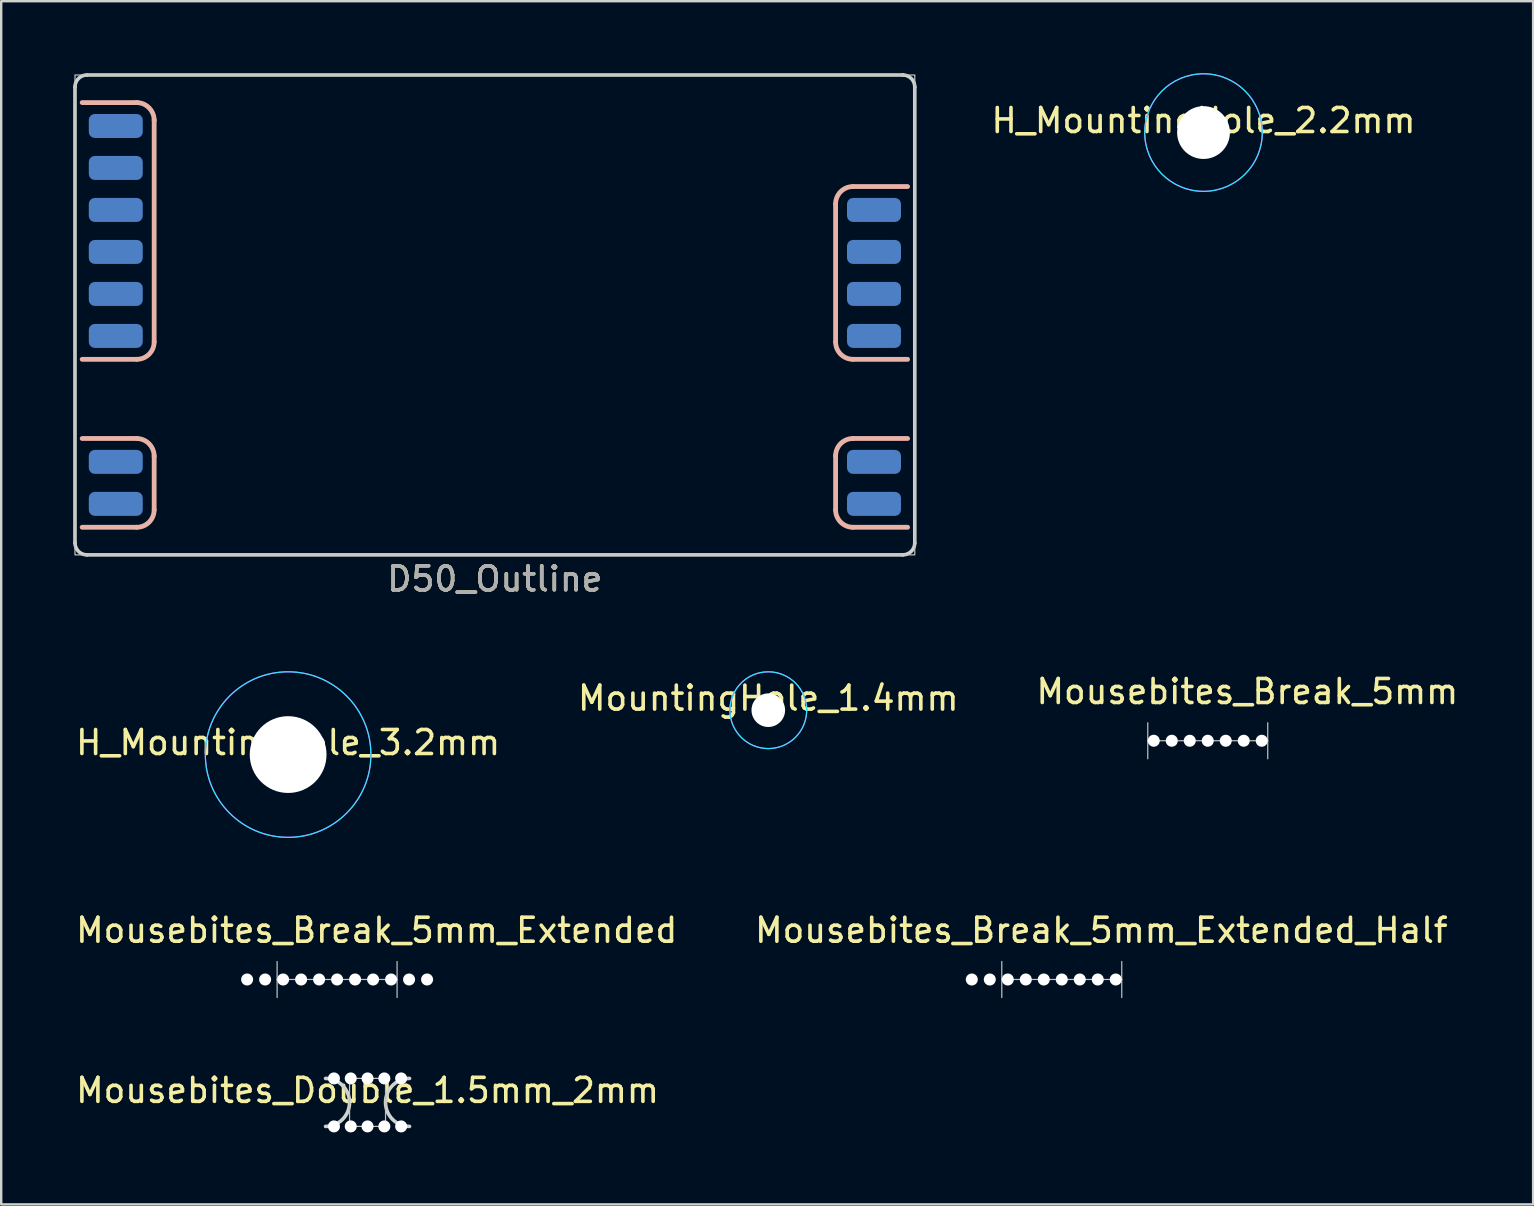
<source format=kicad_pcb>
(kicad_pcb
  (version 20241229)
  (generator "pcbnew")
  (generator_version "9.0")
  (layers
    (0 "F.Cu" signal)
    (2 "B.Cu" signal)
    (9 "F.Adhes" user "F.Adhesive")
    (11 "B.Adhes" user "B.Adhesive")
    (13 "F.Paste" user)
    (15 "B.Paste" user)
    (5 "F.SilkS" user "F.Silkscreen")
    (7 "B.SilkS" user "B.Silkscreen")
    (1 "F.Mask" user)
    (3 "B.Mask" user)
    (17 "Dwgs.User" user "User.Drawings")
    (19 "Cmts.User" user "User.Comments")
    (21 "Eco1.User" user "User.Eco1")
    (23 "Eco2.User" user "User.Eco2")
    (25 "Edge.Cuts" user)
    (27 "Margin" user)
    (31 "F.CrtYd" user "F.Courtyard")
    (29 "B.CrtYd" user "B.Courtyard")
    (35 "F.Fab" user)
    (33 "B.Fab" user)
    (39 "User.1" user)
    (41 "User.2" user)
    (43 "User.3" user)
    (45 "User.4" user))
  (footprint "D50_Outline"
    (layer "F.Cu")
    (at 17.575 10.075)
    (property "Reference" "D50_Outline" (at 0 11 0) (unlocked yes) (layer "F.SilkS") (effects (font (size 1 1) (thickness 0.15))))
    (attr smd)
    (fp_line (start -14.925 -8.85) (end -17.2 -8.85) (stroke (width 0.2) (type solid)) (layer "B.SilkS"))
    (fp_line (start -14.925 1.85) (end -17.2 1.85) (stroke (width 0.2) (type solid)) (layer "B.SilkS"))
    (fp_line (start -14.925 5.15) (end -17.2 5.15) (stroke (width 0.2) (type solid)) (layer "B.SilkS"))
    (fp_line (start -14.925 8.85) (end -17.2 8.85) (stroke (width 0.2) (type solid)) (layer "B.SilkS"))
    (fp_line (start -14.2 -8.125) (end -14.2 1.125) (stroke (width 0.2) (type solid)) (layer "B.SilkS"))
    (fp_line (start -14.2 5.875) (end -14.2 8.125) (stroke (width 0.2) (type solid)) (layer "B.SilkS"))
    (fp_line (start 14.2 1.125) (end 14.2 -4.625) (stroke (width 0.2) (type solid)) (layer "B.SilkS"))
    (fp_line (start 14.2 8.125) (end 14.2 5.875) (stroke (width 0.2) (type solid)) (layer "B.SilkS"))
    (fp_line (start 14.925 -5.35) (end 17.2 -5.35) (stroke (width 0.2) (type solid)) (layer "B.SilkS"))
    (fp_line (start 14.925 1.85) (end 17.2 1.85) (stroke (width 0.2) (type solid)) (layer "B.SilkS"))
    (fp_line (start 14.925 5.15) (end 17.2 5.15) (stroke (width 0.2) (type solid)) (layer "B.SilkS"))
    (fp_line (start 14.925 8.85) (end 17.2 8.85) (stroke (width 0.2) (type solid)) (layer "B.SilkS"))
    (fp_arc (start -14.925 -8.85) (mid -14.40717 -8.625152) (end -14.2 -8.1) (stroke (width 0.2) (type solid)) (layer "B.SilkS"))
    (fp_arc (start -14.925 5.15) (mid -14.40717 5.374848) (end -14.2 5.9) (stroke (width 0.2) (type solid)) (layer "B.SilkS"))
    (fp_arc (start -14.2 1.125) (mid -14.412348 1.637652) (end -14.925 1.85) (stroke (width 0.2) (type solid)) (layer "B.SilkS"))
    (fp_arc (start -14.2 8.125) (mid -14.412348 8.637652) (end -14.925 8.85) (stroke (width 0.2) (type solid)) (layer "B.SilkS"))
    (fp_arc (start 14.2 -4.625) (mid 14.412348 -5.137652) (end 14.925 -5.35) (stroke (width 0.2) (type solid)) (layer "B.SilkS"))
    (fp_arc (start 14.2 5.875) (mid 14.412348 5.362348) (end 14.925 5.15) (stroke (width 0.2) (type solid)) (layer "B.SilkS"))
    (fp_arc (start 14.925 1.85) (mid 14.412348 1.637652) (end 14.2 1.125) (stroke (width 0.2) (type solid)) (layer "B.SilkS"))
    (fp_arc (start 14.925 8.85) (mid 14.412348 8.637652) (end 14.2 8.125) (stroke (width 0.2) (type solid)) (layer "B.SilkS"))
    (fp_rect (start -17.5 -10) (end 17.5 10) (stroke (width 0.05) (type solid)) (fill no) (layer "Dwgs.User"))
    (fp_line (start -17.5 -9.5) (end -17.5 9.5) (stroke (width 0.15) (type solid)) (layer "Edge.Cuts"))
    (fp_line (start -17 10) (end 17 10) (stroke (width 0.15) (type solid)) (layer "Edge.Cuts"))
    (fp_line (start 17 -10) (end -17 -10) (stroke (width 0.15) (type solid)) (layer "Edge.Cuts"))
    (fp_line (start 17.5 9.5) (end 17.5 -9.5) (stroke (width 0.15) (type solid)) (layer "Edge.Cuts"))
    (fp_arc (start -17.5 -9.5) (mid -17.353553 -9.853553) (end -17 -10) (stroke (width 0.15) (type solid)) (layer "Edge.Cuts"))
    (fp_arc (start -17 10) (mid -17.353553 9.853553) (end -17.5 9.5) (stroke (width 0.15) (type solid)) (layer "Edge.Cuts"))
    (fp_arc (start 17 -10) (mid 17.353553 -9.853553) (end 17.5 -9.5) (stroke (width 0.15) (type solid)) (layer "Edge.Cuts"))
    (fp_arc (start 17.5 9.5) (mid 17.353553 9.853553) (end 17 10) (stroke (width 0.15) (type solid)) (layer "Edge.Cuts"))
    (fp_text user "${REFERENCE}" (at 0 11 0) (unlocked yes) (layer "F.Fab") (effects (font (size 1 1) (thickness 0.15))))
    (pad "1" smd roundrect (at -15.8 7.875) (size 2.25 1) (layers "B.Cu" "B.Mask") (roundrect_rratio 0.25))
    (pad "1" smd roundrect (at 15.8 7.875) (size 2.25 1) (layers "B.Cu" "B.Mask") (roundrect_rratio 0.25))
    (pad "2" smd roundrect (at -15.8 6.125) (size 2.25 1) (layers "B.Cu" "B.Mask") (roundrect_rratio 0.25))
    (pad "2" smd roundrect (at 15.8 6.125) (size 2.25 1) (layers "B.Cu" "B.Mask") (roundrect_rratio 0.25))
    (pad "3" smd roundrect (at -15.8 0.875) (size 2.25 1) (layers "B.Cu" "B.Mask") (roundrect_rratio 0.25))
    (pad "4" smd roundrect (at -15.8 -0.875) (size 2.25 1) (layers "B.Cu" "B.Mask") (roundrect_rratio 0.25))
    (pad "5" smd roundrect (at -15.8 -2.625) (size 2.25 1) (layers "B.Cu" "B.Mask") (roundrect_rratio 0.25))
    (pad "6" smd roundrect (at -15.8 -4.375) (size 2.25 1) (layers "B.Cu" "B.Mask") (roundrect_rratio 0.25))
    (pad "7" smd roundrect (at -15.8 -6.125) (size 2.25 1) (layers "B.Cu" "B.Mask") (roundrect_rratio 0.25))
    (pad "8" smd roundrect (at -15.8 -7.875) (size 2.25 1) (layers "B.Cu" "B.Mask") (roundrect_rratio 0.25))
    (pad "9" smd roundrect (at 15.8 0.875) (size 2.25 1) (layers "B.Cu" "B.Mask") (roundrect_rratio 0.25))
    (pad "10" smd roundrect (at 15.8 -0.875) (size 2.25 1) (layers "B.Cu" "B.Mask") (roundrect_rratio 0.25))
    (pad "11" smd roundrect (at 15.8 -2.625) (size 2.25 1) (layers "B.Cu" "B.Mask") (roundrect_rratio 0.25))
    (pad "12" smd roundrect (at 15.8 -4.375) (size 2.25 1) (layers "B.Cu" "B.Mask") (roundrect_rratio 0.25))
    (zone (net_name "") (layer "B.Cu") (hatch edge 0.508) (connect_pads) (min_thickness 0.254) (filled_areas_thickness no) (keepout (tracks allowed) (vias allowed) (pads allowed) (copperpour not_allowed) (footprints allowed)) (placement (enabled no)) (fill) (polygon (pts (xy 0.075 1.325) (xy 2.65 1.325) (xy 3.275 1.95) (xy 3.275 11.2) (xy 2.65 11.825) (xy 0.075 11.825))))
    (zone (net_name "") (layer "B.Cu") (hatch edge 0.508) (connect_pads) (min_thickness 0.254) (filled_areas_thickness no) (keepout (tracks allowed) (vias allowed) (pads allowed) (copperpour not_allowed) (footprints allowed)) (placement (enabled no)) (fill) (polygon (pts (xy 0.075 15.325) (xy 2.65 15.325) (xy 3.275 15.95) (xy 3.275 16.45) (xy 2.65 17.075) (xy 0.075 17.075))))
    (zone (net_name "") (layer "B.Cu") (hatch edge 0.508) (connect_pads) (min_thickness 0.254) (filled_areas_thickness no) (keepout (tracks allowed) (vias allowed) (pads allowed) (copperpour not_allowed) (footprints allowed)) (placement (enabled no)) (fill) (polygon (pts (xy 35.075 11.825) (xy 32.5 11.825) (xy 31.875 11.2) (xy 31.875 5.45) (xy 32.5 4.825) (xy 35.075 4.825))))
    (zone (net_name "") (layer "B.Cu") (hatch edge 0.508) (connect_pads) (min_thickness 0.254) (filled_areas_thickness no) (keepout (tracks allowed) (vias allowed) (pads allowed) (copperpour not_allowed) (footprints allowed)) (placement (enabled no)) (fill) (polygon (pts (xy 35.075 17.075) (xy 32.5 17.075) (xy 31.875 16.45) (xy 31.875 15.95) (xy 32.5 15.325) (xy 35.075 15.325)))))
  (footprint "H_MountingHole_3.2mm"
    (layer "F.Cu")
    (at 8.958 28.398)
    (property "Reference" "H_MountingHole_3.2mm" (at 0 -0.5 0) (unlocked yes) (layer "F.SilkS") (effects (font (size 1 1) (thickness 0.15))))
    (attr through_hole exclude_from_pos_files exclude_from_bom)
    (fp_circle (center 0 0) (end 3.45 0) (stroke (width 0.05) (type solid)) (fill no) (layer "B.CrtYd"))
    (fp_circle (center 0 0) (end 3.45 0) (stroke (width 0.05) (type solid)) (fill no) (layer "F.CrtYd"))
    (pad "" np_thru_hole circle (at 0 0) (size 3.2 3.2) (drill 3.2) (layers "*.Cu" "*.Mask")))
  (footprint "Mousebites_Break_5mm_Extended_Half"
    (layer "F.Cu")
    (at 41.201 37.772)
    (property "Reference" "Mousebites_Break_5mm_Extended_Half" (at 1.65 -2.05 0) (unlocked yes) (layer "F.SilkS") (effects (font (size 1 1) (thickness 0.15))))
    (attr smd exclude_from_pos_files exclude_from_bom)
    (fp_line (start -2.5 0) (end -2.5 -0.75) (stroke (width 0.05) (type solid)) (layer "Dwgs.User"))
    (fp_line (start -2.5 0) (end -2.5 0.75) (stroke (width 0.05) (type solid)) (layer "Dwgs.User"))
    (fp_line (start -2.5 0) (end 2.5 0) (stroke (width 0.05) (type solid)) (layer "Dwgs.User"))
    (fp_line (start 2.5 0) (end 2.5 -0.75) (stroke (width 0.05) (type solid)) (layer "Dwgs.User"))
    (fp_line (start 2.5 0) (end 2.5 0.75) (stroke (width 0.05) (type solid)) (layer "Dwgs.User"))
    (pad "" np_thru_hole circle (at -3.75 0) (size 0.5 0.5) (drill 0.5) (layers "*.Cu" "*.Mask"))
    (pad "" np_thru_hole circle (at -3 0) (size 0.5 0.5) (drill 0.5) (layers "*.Cu" "*.Mask"))
    (pad "" np_thru_hole circle (at -2.25 0) (size 0.5 0.5) (drill 0.5) (layers "*.Cu" "*.Mask"))
    (pad "" np_thru_hole circle (at -1.5 0) (size 0.5 0.5) (drill 0.5) (layers "*.Cu" "*.Mask"))
    (pad "" np_thru_hole circle (at -0.75 0) (size 0.5 0.5) (drill 0.5) (layers "*.Cu" "*.Mask"))
    (pad "" np_thru_hole circle (at 0 0) (size 0.5 0.5) (drill 0.5) (layers "*.Cu" "*.Mask"))
    (pad "" np_thru_hole circle (at 0.75 0) (size 0.5 0.5) (drill 0.5) (layers "*.Cu" "*.Mask"))
    (pad "" np_thru_hole circle (at 1.5 0) (size 0.5 0.5) (drill 0.5) (layers "*.Cu" "*.Mask"))
    (pad "" np_thru_hole circle (at 2.25 0) (size 0.5 0.5) (drill 0.5) (layers "*.Cu" "*.Mask")))
  (footprint "Mousebites_Break_5mm_Extended"
    (layer "F.Cu")
    (at 10.999 37.772)
    (property "Reference" "Mousebites_Break_5mm_Extended" (at 1.65 -2.05 0) (unlocked yes) (layer "F.SilkS") (effects (font (size 1 1) (thickness 0.15))))
    (attr smd exclude_from_pos_files exclude_from_bom)
    (fp_line (start -2.5 0) (end -2.5 -0.75) (stroke (width 0.05) (type solid)) (layer "Dwgs.User"))
    (fp_line (start -2.5 0) (end -2.5 0.75) (stroke (width 0.05) (type solid)) (layer "Dwgs.User"))
    (fp_line (start -2.5 0) (end 2.5 0) (stroke (width 0.05) (type solid)) (layer "Dwgs.User"))
    (fp_line (start 2.5 0) (end 2.5 -0.75) (stroke (width 0.05) (type solid)) (layer "Dwgs.User"))
    (fp_line (start 2.5 0) (end 2.5 0.75) (stroke (width 0.05) (type solid)) (layer "Dwgs.User"))
    (pad "" np_thru_hole circle (at -3.75 0) (size 0.5 0.5) (drill 0.5) (layers "*.Cu" "*.Mask"))
    (pad "" np_thru_hole circle (at -3 0) (size 0.5 0.5) (drill 0.5) (layers "*.Cu" "*.Mask"))
    (pad "" np_thru_hole circle (at -2.25 0) (size 0.5 0.5) (drill 0.5) (layers "*.Cu" "*.Mask"))
    (pad "" np_thru_hole circle (at -1.5 0) (size 0.5 0.5) (drill 0.5) (layers "*.Cu" "*.Mask"))
    (pad "" np_thru_hole circle (at -0.75 0) (size 0.5 0.5) (drill 0.5) (layers "*.Cu" "*.Mask"))
    (pad "" np_thru_hole circle (at 0 0) (size 0.5 0.5) (drill 0.5) (layers "*.Cu" "*.Mask"))
    (pad "" np_thru_hole circle (at 0.75 0) (size 0.5 0.5) (drill 0.5) (layers "*.Cu" "*.Mask"))
    (pad "" np_thru_hole circle (at 1.5 0) (size 0.5 0.5) (drill 0.5) (layers "*.Cu" "*.Mask"))
    (pad "" np_thru_hole circle (at 2.25 0) (size 0.5 0.5) (drill 0.5) (layers "*.Cu" "*.Mask"))
    (pad "" np_thru_hole circle (at 3 0) (size 0.5 0.5) (drill 0.5) (layers "*.Cu" "*.Mask"))
    (pad "" np_thru_hole circle (at 3.75 0) (size 0.5 0.5) (drill 0.5) (layers "*.Cu" "*.Mask")))
  (footprint "H_MountingHole_2.2mm"
    (layer "F.Cu")
    (at 47.108 2.475)
    (property "Reference" "H_MountingHole_2.2mm" (at 0 -0.5 0) (unlocked yes) (layer "F.SilkS") (effects (font (size 1 1) (thickness 0.15))))
    (attr through_hole exclude_from_pos_files exclude_from_bom)
    (fp_circle (center 0 0) (end 2.45 0) (stroke (width 0.05) (type solid)) (fill no) (layer "B.CrtYd"))
    (fp_circle (center 0 0) (end 2.45 0) (stroke (width 0.05) (type solid)) (fill no) (layer "F.CrtYd"))
    (pad "" np_thru_hole circle (at 0 0) (size 2.2 2.2) (drill 2.2) (layers "*.Cu" "*.Mask")))
  (footprint "Mousebites_Double_1.5mm_2mm"
    (layer "F.Cu")
    (at 12.268 42.895)
    (property "Reference" "Mousebites_Double_1.5mm_2mm" (at 0 -0.5 0) (unlocked yes) (layer "F.SilkS") (effects (font (size 1 1) (thickness 0.15))))
    (attr smd board_only exclude_from_pos_files exclude_from_bom)
    (fp_rect (start -0.75 -1) (end 0.75 1) (stroke (width 0.05) (type solid)) (fill no) (layer "Dwgs.User"))
    (fp_arc (start -1.75 -1) (mid -0.749982 -0.000001) (end -1.75 0.999998) (stroke (width 0.15) (type solid)) (layer "Edge.Cuts"))
    (fp_arc (start 1.750019 0.999998) (mid 0.750002 -0.000001) (end 1.750019 -1) (stroke (width 0.15) (type solid)) (layer "Edge.Cuts"))
    (pad "" np_thru_hole circle (at -1.4 -1 180) (size 0.5 0.5) (drill 0.5) (layers "*.Cu" "*.Mask"))
    (pad "" np_thru_hole circle (at -1.4 1 180) (size 0.5 0.5) (drill 0.5) (layers "*.Cu" "*.Mask"))
    (pad "" np_thru_hole circle (at -0.7 -1 180) (size 0.5 0.5) (drill 0.5) (layers "*.Cu" "*.Mask"))
    (pad "" np_thru_hole circle (at -0.7 1 180) (size 0.5 0.5) (drill 0.5) (layers "*.Cu" "*.Mask"))
    (pad "" np_thru_hole circle (at 0 -1) (size 0.5 0.5) (drill 0.5) (layers "*.Cu" "*.Mask"))
    (pad "" np_thru_hole circle (at 0 1) (size 0.5 0.5) (drill 0.5) (layers "*.Cu" "*.Mask"))
    (pad "" np_thru_hole circle (at 0.7 -1) (size 0.5 0.5) (drill 0.5) (layers "*.Cu" "*.Mask"))
    (pad "" np_thru_hole circle (at 0.7 1) (size 0.5 0.5) (drill 0.5) (layers "*.Cu" "*.Mask"))
    (pad "" np_thru_hole circle (at 1.4 -1) (size 0.5 0.5) (drill 0.5) (layers "*.Cu" "*.Mask"))
    (pad "" np_thru_hole circle (at 1.4 1) (size 0.5 0.5) (drill 0.5) (layers "*.Cu" "*.Mask")))
  (footprint "Mousebites_Break_5mm"
    (layer "F.Cu")
    (at 47.285 27.822)
    (property "Reference" "Mousebites_Break_5mm" (at 1.65 -2.05 0) (unlocked yes) (layer "F.SilkS") (effects (font (size 1 1) (thickness 0.15))))
    (attr smd exclude_from_pos_files exclude_from_bom)
    (fp_line (start -2.5 0) (end -2.5 -0.75) (stroke (width 0.05) (type solid)) (layer "Dwgs.User"))
    (fp_line (start -2.5 0) (end -2.5 0.75) (stroke (width 0.05) (type solid)) (layer "Dwgs.User"))
    (fp_line (start -2.5 0) (end 2.5 0) (stroke (width 0.05) (type solid)) (layer "Dwgs.User"))
    (fp_line (start 2.5 0) (end 2.5 -0.75) (stroke (width 0.05) (type solid)) (layer "Dwgs.User"))
    (fp_line (start 2.5 0) (end 2.5 0.75) (stroke (width 0.05) (type solid)) (layer "Dwgs.User"))
    (pad "" np_thru_hole circle (at -2.25 0) (size 0.5 0.5) (drill 0.5) (layers "*.Cu" "*.Mask"))
    (pad "" np_thru_hole circle (at -1.5 0) (size 0.5 0.5) (drill 0.5) (layers "*.Cu" "*.Mask"))
    (pad "" np_thru_hole circle (at -0.75 0) (size 0.5 0.5) (drill 0.5) (layers "*.Cu" "*.Mask"))
    (pad "" np_thru_hole circle (at 0 0) (size 0.5 0.5) (drill 0.5) (layers "*.Cu" "*.Mask"))
    (pad "" np_thru_hole circle (at 0.75 0) (size 0.5 0.5) (drill 0.5) (layers "*.Cu" "*.Mask"))
    (pad "" np_thru_hole circle (at 1.5 0) (size 0.5 0.5) (drill 0.5) (layers "*.Cu" "*.Mask"))
    (pad "" np_thru_hole circle (at 2.25 0) (size 0.5 0.5) (drill 0.5) (layers "*.Cu" "*.Mask")))
  (footprint "MountingHole_1.4mm"
    (layer "F.Cu")
    (at 28.97 26.548)
    (property "Reference" "MountingHole_1.4mm" (at 0 -0.5 0) (unlocked yes) (layer "F.SilkS") (effects (font (size 1 1) (thickness 0.15))))
    (attr exclude_from_pos_files exclude_from_bom)
    (fp_circle (center 0 0) (end 0 -1.6) (stroke (width 0.05) (type default)) (fill no) (layer "B.CrtYd"))
    (fp_circle (center 0 0) (end 1.6 0) (stroke (width 0.05) (type solid)) (fill no) (layer "F.CrtYd"))
    (pad "" np_thru_hole circle (at 0 0) (size 1.4 1.4) (drill 1.4) (layers "*.Cu" "*.Mask")))
  (gr_rect
    (start -3 -3)
    (end 60.845 47.145)
    (stroke (width 0.1) (type default))
    (fill no)
    (layer "Edge.Cuts")))
</source>
